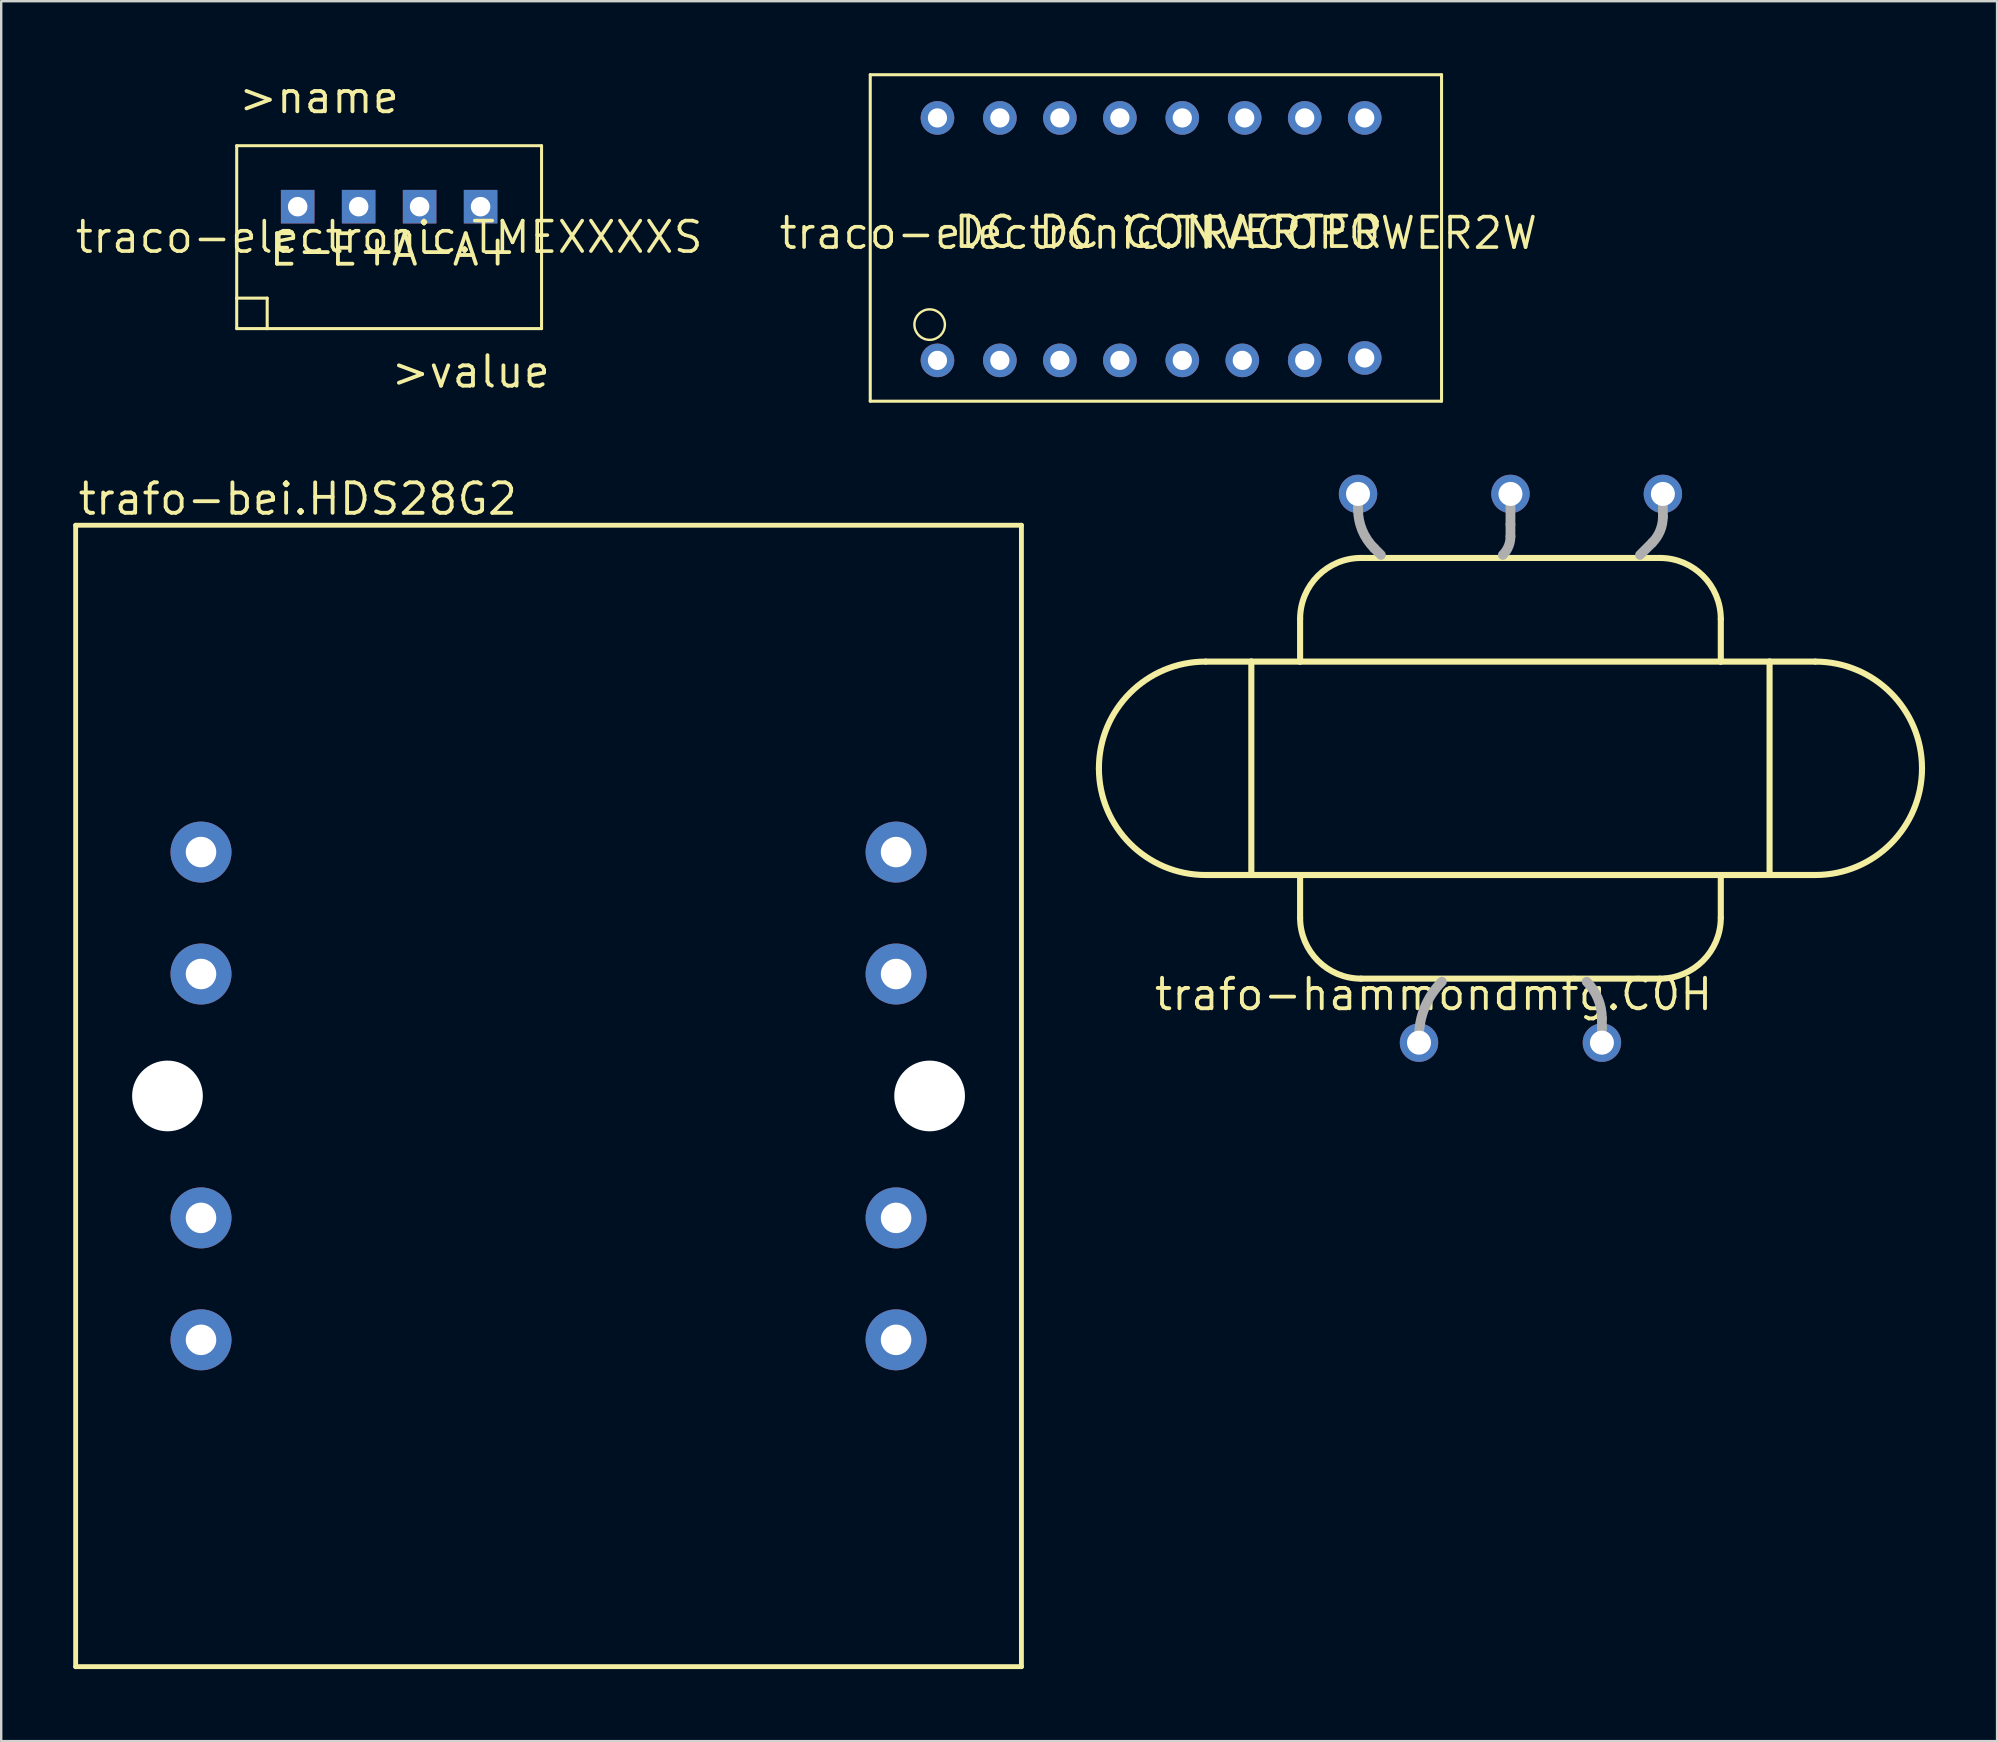
<source format=kicad_pcb>
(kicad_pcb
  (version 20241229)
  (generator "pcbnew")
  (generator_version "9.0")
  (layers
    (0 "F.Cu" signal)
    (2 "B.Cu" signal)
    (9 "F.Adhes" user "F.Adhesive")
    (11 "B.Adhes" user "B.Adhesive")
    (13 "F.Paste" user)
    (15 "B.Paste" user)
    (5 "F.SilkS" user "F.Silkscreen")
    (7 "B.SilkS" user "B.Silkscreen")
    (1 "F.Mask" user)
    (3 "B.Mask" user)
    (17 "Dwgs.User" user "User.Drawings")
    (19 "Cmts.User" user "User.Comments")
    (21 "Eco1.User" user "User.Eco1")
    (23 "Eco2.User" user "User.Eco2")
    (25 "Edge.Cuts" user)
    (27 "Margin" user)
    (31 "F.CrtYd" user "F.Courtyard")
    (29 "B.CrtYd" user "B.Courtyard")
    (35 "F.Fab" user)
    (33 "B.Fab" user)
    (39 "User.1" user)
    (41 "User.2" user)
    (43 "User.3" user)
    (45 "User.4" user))
  (footprint "trafo-bei.HDS28G2"
    (layer "F.Cu")
    (at 19.802 42.607)
    (property "Reference" "trafo-bei.HDS28G2" (at -19.685 -24.13 0) (layer "F.SilkS") (effects (font (size 1.27 1.27) (thickness 0.16)) (justify left bottom)))
    (attr through_hole)
    (fp_line (start -19.7 -23.775) (end 19.7 -23.775) (stroke (width 0.203) (type default)) (layer "F.SilkS"))
    (fp_line (start -19.7 23.775) (end -19.7 -23.775) (stroke (width 0.203) (type default)) (layer "F.SilkS"))
    (fp_line (start 19.7 -23.775) (end 19.7 23.775) (stroke (width 0.203) (type default)) (layer "F.SilkS"))
    (fp_line (start 19.7 23.775) (end -19.7 23.775) (stroke (width 0.203) (type default)) (layer "F.SilkS"))
    (pad "" np_thru_hole circle (at -15.875 0) (size 2.946 2.946) (drill 2.946) (layers "*.Cu" "*.Mask"))
    (pad "" np_thru_hole circle (at 15.875 0) (size 2.946 2.946) (drill 2.946) (layers "*.Cu" "*.Mask"))
    (pad "1" thru_hole circle (at -14.478 -10.16) (size 2.54 2.54) (drill 1.27) (layers "*.Cu" "*.Mask"))
    (pad "2" thru_hole circle (at -14.478 -5.08) (size 2.54 2.54) (drill 1.27) (layers "*.Cu" "*.Mask"))
    (pad "3" thru_hole circle (at -14.478 5.08) (size 2.54 2.54) (drill 1.27) (layers "*.Cu" "*.Mask"))
    (pad "4" thru_hole circle (at -14.478 10.16) (size 2.54 2.54) (drill 1.27) (layers "*.Cu" "*.Mask"))
    (pad "5" thru_hole circle (at 14.478 10.16) (size 2.54 2.54) (drill 1.27) (layers "*.Cu" "*.Mask"))
    (pad "6" thru_hole circle (at 14.478 5.08) (size 2.54 2.54) (drill 1.27) (layers "*.Cu" "*.Mask"))
    (pad "7" thru_hole circle (at 14.478 -5.08) (size 2.54 2.54) (drill 1.27) (layers "*.Cu" "*.Mask"))
    (pad "8" thru_hole circle (at 14.478 -10.16) (size 2.54 2.54) (drill 1.27) (layers "*.Cu" "*.Mask")))
  (footprint "traco-electronic.TMEXXXXS"
    (layer "F.Cu")
    (at 13.161 6.83)
    (property "Reference" "traco-electronic.TMEXXXXS" (at 0 0 0) (layer "F.SilkS") (effects (font (size 1.27 1.27) (thickness 0.15))))
    (attr through_hole)
    (fp_line (start -6.35 -3.81) (end 6.35 -3.81) (stroke (width 0.127) (type default)) (layer "F.SilkS"))
    (fp_line (start -6.35 2.54) (end -6.35 -3.81) (stroke (width 0.127) (type default)) (layer "F.SilkS"))
    (fp_line (start -6.35 2.54) (end -5.08 2.54) (stroke (width 0.127) (type default)) (layer "F.SilkS"))
    (fp_line (start -6.35 3.81) (end -6.35 2.54) (stroke (width 0.127) (type default)) (layer "F.SilkS"))
    (fp_line (start -5.08 2.54) (end -5.08 3.81) (stroke (width 0.127) (type default)) (layer "F.SilkS"))
    (fp_line (start -5.08 3.81) (end -6.35 3.81) (stroke (width 0.127) (type default)) (layer "F.SilkS"))
    (fp_line (start 6.35 -3.81) (end 6.35 3.81) (stroke (width 0.127) (type default)) (layer "F.SilkS"))
    (fp_line (start 6.35 3.81) (end -5.08 3.81) (stroke (width 0.127) (type default)) (layer "F.SilkS"))
    (fp_text user "A+" (at 2.54 1.27 0) (layer "F.SilkS") (effects (font (size 1.27 1.27) (thickness 0.16)) (justify left bottom)))
    (fp_text user ">value" (at 0 6.35 0) (layer "F.SilkS") (effects (font (size 1.27 1.27) (thickness 0.16)) (justify left bottom)))
    (fp_text user ">name" (at -6.35 -5.08 0) (layer "F.SilkS") (effects (font (size 1.27 1.27) (thickness 0.16)) (justify left bottom)))
    (fp_text user "A-" (at 0 1.27 0) (layer "F.SilkS") (effects (font (size 1.27 1.27) (thickness 0.16)) (justify left bottom)))
    (fp_text user "E-" (at -5.08 1.27 0) (layer "F.SilkS") (effects (font (size 1.27 1.27) (thickness 0.16)) (justify left bottom)))
    (fp_text user "E+" (at -2.54 1.27 0) (layer "F.SilkS") (effects (font (size 1.27 1.27) (thickness 0.16)) (justify left bottom)))
    (pad "1" thru_hole rect (at -3.81 -1.27) (size 1.397 1.397) (drill 0.813) (layers "*.Cu" "*.Mask"))
    (pad "2" thru_hole rect (at -1.27 -1.27) (size 1.397 1.397) (drill 0.813) (layers "*.Cu" "*.Mask"))
    (pad "3" thru_hole rect (at 1.27 -1.27) (size 1.397 1.397) (drill 0.813) (layers "*.Cu" "*.Mask"))
    (pad "4" thru_hole rect (at 3.81 -1.27) (size 1.397 1.397) (drill 0.813) (layers "*.Cu" "*.Mask")))
  (footprint "trafo-hammondmfg.C0H"
    (layer "F.Cu")
    (at 59.875 28.957)
    (property "Reference" "trafo-hammondmfg.C0H" (at -14.922 10.16 0) (layer "F.SilkS") (effects (font (size 1.27 1.27) (thickness 0.16)) (justify left bottom)))
    (attr through_hole)
    (fp_line (start -12.7 4.445) (end -10.795 4.445) (stroke (width 0.254) (type default)) (layer "F.SilkS"))
    (fp_line (start -10.795 -4.445) (end -12.7 -4.445) (stroke (width 0.254) (type default)) (layer "F.SilkS"))
    (fp_line (start -10.795 -4.445) (end -10.795 4.445) (stroke (width 0.254) (type default)) (layer "F.SilkS"))
    (fp_line (start -10.795 4.445) (end -8.763 4.445) (stroke (width 0.254) (type default)) (layer "F.SilkS"))
    (fp_line (start -8.763 -4.445) (end -10.795 -4.445) (stroke (width 0.254) (type default)) (layer "F.SilkS"))
    (fp_line (start -8.763 -4.445) (end -8.763 -6.223) (stroke (width 0.254) (type default)) (layer "F.SilkS"))
    (fp_line (start -8.763 4.445) (end 8.763 4.445) (stroke (width 0.254) (type default)) (layer "F.SilkS"))
    (fp_line (start -8.763 6.223) (end -8.763 4.445) (stroke (width 0.254) (type default)) (layer "F.SilkS"))
    (fp_line (start -6.223 -8.763) (end 6.223 -8.763) (stroke (width 0.254) (type default)) (layer "F.SilkS"))
    (fp_line (start 6.223 8.763) (end -6.223 8.763) (stroke (width 0.254) (type default)) (layer "F.SilkS"))
    (fp_line (start 8.763 -6.223) (end 8.763 -4.445) (stroke (width 0.254) (type default)) (layer "F.SilkS"))
    (fp_line (start 8.763 -4.445) (end -8.763 -4.445) (stroke (width 0.254) (type default)) (layer "F.SilkS"))
    (fp_line (start 8.763 4.445) (end 8.763 6.223) (stroke (width 0.254) (type default)) (layer "F.SilkS"))
    (fp_line (start 8.763 4.445) (end 10.795 4.445) (stroke (width 0.254) (type default)) (layer "F.SilkS"))
    (fp_line (start 10.795 -4.445) (end 8.763 -4.445) (stroke (width 0.254) (type default)) (layer "F.SilkS"))
    (fp_line (start 10.795 -4.445) (end 10.795 4.445) (stroke (width 0.254) (type default)) (layer "F.SilkS"))
    (fp_line (start 10.795 4.445) (end 12.7 4.445) (stroke (width 0.254) (type default)) (layer "F.SilkS"))
    (fp_line (start 12.7 -4.445) (end 10.795 -4.445) (stroke (width 0.254) (type default)) (layer "F.SilkS"))
    (fp_arc (start -17.145 0) (mid -15.84309 -3.14309) (end -12.7 -4.445) (stroke (width 0.254) (type default)) (layer "F.SilkS"))
    (fp_arc (start -12.7 4.445) (mid -15.84309 3.14309) (end -17.145 0) (stroke (width 0.254) (type default)) (layer "F.SilkS"))
    (fp_arc (start -8.763 -6.223) (mid -8.019051 -8.019051) (end -6.223 -8.763) (stroke (width 0.254) (type default)) (layer "F.SilkS"))
    (fp_arc (start -6.223 8.763) (mid -8.019051 8.019051) (end -8.763 6.223) (stroke (width 0.254) (type default)) (layer "F.SilkS"))
    (fp_arc (start 6.223 -8.763) (mid 8.019051 -8.019051) (end 8.763 -6.223) (stroke (width 0.254) (type default)) (layer "F.SilkS"))
    (fp_arc (start 8.763 6.223) (mid 8.019051 8.019051) (end 6.223 8.763) (stroke (width 0.254) (type default)) (layer "F.SilkS"))
    (fp_arc (start 12.7 -4.445) (mid 15.84309 -3.14309) (end 17.145 0) (stroke (width 0.254) (type default)) (layer "F.SilkS"))
    (fp_arc (start 17.145 0) (mid 15.84309 3.14309) (end 12.7 4.445) (stroke (width 0.254) (type default)) (layer "F.SilkS"))
    (fp_line (start -6.35 -11.43) (end -6.35 -10.795) (stroke (width 0.406) (type default)) (layer "F.Fab"))
    (fp_line (start -5.676 -9.169) (end -5.397 -8.89) (stroke (width 0.406) (type default)) (layer "F.Fab"))
    (fp_line (start -3.81 11.43) (end -3.81 11.19) (stroke (width 0.406) (type default)) (layer "F.Fab"))
    (fp_line (start 0 -11.43) (end 0 -10.16) (stroke (width 0.406) (type default)) (layer "F.Fab"))
    (fp_line (start 0 -10.16) (end 0 -9.657) (stroke (width 0.406) (type default)) (layer "F.Fab"))
    (fp_line (start 3.81 10.795) (end 3.81 10.423) (stroke (width 0.406) (type default)) (layer "F.Fab"))
    (fp_line (start 3.81 11.43) (end 3.81 10.795) (stroke (width 0.406) (type default)) (layer "F.Fab"))
    (fp_line (start 5.901 -9.393) (end 5.397 -8.89) (stroke (width 0.406) (type default)) (layer "F.Fab"))
    (fp_line (start 6.35 -11.43) (end 6.35 -10.477) (stroke (width 0.406) (type default)) (layer "F.Fab"))
    (fp_arc (start -5.676481 -9.168981) (mid -6.174958 -9.915005) (end -6.35 -10.795) (stroke (width 0.4064) (type default)) (layer "F.Fab"))
    (fp_arc (start -3.81 11.189538) (mid -3.562453 9.945037) (end -2.8575 8.89) (stroke (width 0.4064) (type default)) (layer "F.Fab"))
    (fp_arc (start 0 -9.656513) (mid -0.082516 -9.241679) (end -0.3175 -8.89) (stroke (width 0.4064) (type default)) (layer "F.Fab"))
    (fp_arc (start 3.175 8.89) (mid 3.644969 9.593358) (end 3.81 10.423025) (stroke (width 0.4064) (type default)) (layer "F.Fab"))
    (fp_arc (start 6.35 -10.4775) (mid 6.233305 -9.890837) (end 5.900988 -9.393488) (stroke (width 0.4064) (type default)) (layer "F.Fab"))
    (pad "" np_thru_hole circle (at -13.462 0) (size 0.003 0.003) (drill 0.003) (layers "*.Cu" "*.Mask"))
    (pad "" np_thru_hole circle (at 13.462 0) (size 0.003 0.003) (drill 0.003) (layers "*.Cu" "*.Mask"))
    (pad "BLK@1" thru_hole circle (at -3.81 11.43) (size 1.6 1.6) (drill 1) (layers "*.Cu" "*.Mask"))
    (pad "BLK@2" thru_hole circle (at 3.81 11.43) (size 1.6 1.6) (drill 1) (layers "*.Cu" "*.Mask"))
    (pad "GRN/YEL" thru_hole circle (at 0 -11.43) (size 1.6 1.6) (drill 1) (layers "*.Cu" "*.Mask"))
    (pad "GRN@1" thru_hole circle (at -6.35 -11.43) (size 1.6 1.6) (drill 1) (layers "*.Cu" "*.Mask"))
    (pad "GRN@2" thru_hole circle (at 6.35 -11.43) (size 1.6 1.6) (drill 1) (layers "*.Cu" "*.Mask")))
  (footprint "traco-electronic.TRACOPOWER2W"
    (layer "F.Cu")
    (at 45.204 6.663)
    (property "Reference" "traco-electronic.TRACOPOWER2W" (at 0 0 0) (layer "F.SilkS") (effects (font (size 1.27 1.27) (thickness 0.15))))
    (attr through_hole)
    (fp_line (start -12 -6.6) (end 11.8 -6.6) (stroke (width 0.127) (type default)) (layer "F.SilkS"))
    (fp_line (start -12 7) (end -12 -6.6) (stroke (width 0.127) (type default)) (layer "F.SilkS"))
    (fp_line (start 11.8 7) (end -12 7) (stroke (width 0.127) (type default)) (layer "F.SilkS"))
    (fp_line (start 11.8 7) (end 11.8 -6.6) (stroke (width 0.127) (type default)) (layer "F.SilkS"))
    (fp_circle (center -9.525 3.81) (end -8.89 3.81) (stroke (width 0.1) (type default)) (fill no) (layer "F.SilkS"))
    (fp_text user "DC DC CONVERTER" (at -8.6 0.7 0) (layer "F.SilkS") (effects (font (size 1.27 1.27) (thickness 0.16)) (justify left bottom)))
    (pad "1" thru_hole circle (at -9.2 5.3) (size 1.4 1.4) (drill 0.8) (layers "*.Cu" "*.Mask"))
    (pad "2" thru_hole circle (at -6.6 5.3) (size 1.4 1.4) (drill 0.8) (layers "*.Cu" "*.Mask"))
    (pad "3" thru_hole circle (at -4.1 5.3) (size 1.4 1.4) (drill 0.8) (layers "*.Cu" "*.Mask"))
    (pad "4" thru_hole circle (at -1.6 5.3) (size 1.4 1.4) (drill 0.8) (layers "*.Cu" "*.Mask"))
    (pad "5" thru_hole circle (at 1 5.3) (size 1.4 1.4) (drill 0.8) (layers "*.Cu" "*.Mask"))
    (pad "6" thru_hole circle (at 3.5 5.3) (size 1.4 1.4) (drill 0.8) (layers "*.Cu" "*.Mask"))
    (pad "7" thru_hole circle (at 6.1 5.3) (size 1.4 1.4) (drill 0.8) (layers "*.Cu" "*.Mask"))
    (pad "8" thru_hole circle (at 8.6 5.2) (size 1.4 1.4) (drill 0.8) (layers "*.Cu" "*.Mask"))
    (pad "9" thru_hole circle (at 8.6 -4.8) (size 1.4 1.4) (drill 0.8) (layers "*.Cu" "*.Mask"))
    (pad "10" thru_hole circle (at 6.1 -4.8) (size 1.4 1.4) (drill 0.8) (layers "*.Cu" "*.Mask"))
    (pad "11" thru_hole circle (at 3.6 -4.8) (size 1.4 1.4) (drill 0.8) (layers "*.Cu" "*.Mask"))
    (pad "12" thru_hole circle (at 1 -4.8) (size 1.4 1.4) (drill 0.8) (layers "*.Cu" "*.Mask"))
    (pad "13" thru_hole circle (at -1.6 -4.8) (size 1.4 1.4) (drill 0.8) (layers "*.Cu" "*.Mask"))
    (pad "14" thru_hole circle (at -4.1 -4.8) (size 1.4 1.4) (drill 0.8) (layers "*.Cu" "*.Mask"))
    (pad "15" thru_hole circle (at -6.6 -4.8) (size 1.4 1.4) (drill 0.8) (layers "*.Cu" "*.Mask"))
    (pad "16" thru_hole circle (at -9.2 -4.8) (size 1.4 1.4) (drill 0.8) (layers "*.Cu" "*.Mask")))
  (gr_rect
    (start -3 -3)
    (end 80.147 69.484)
    (stroke (width 0.1) (type default))
    (fill no)
    (layer "Edge.Cuts")))
</source>
